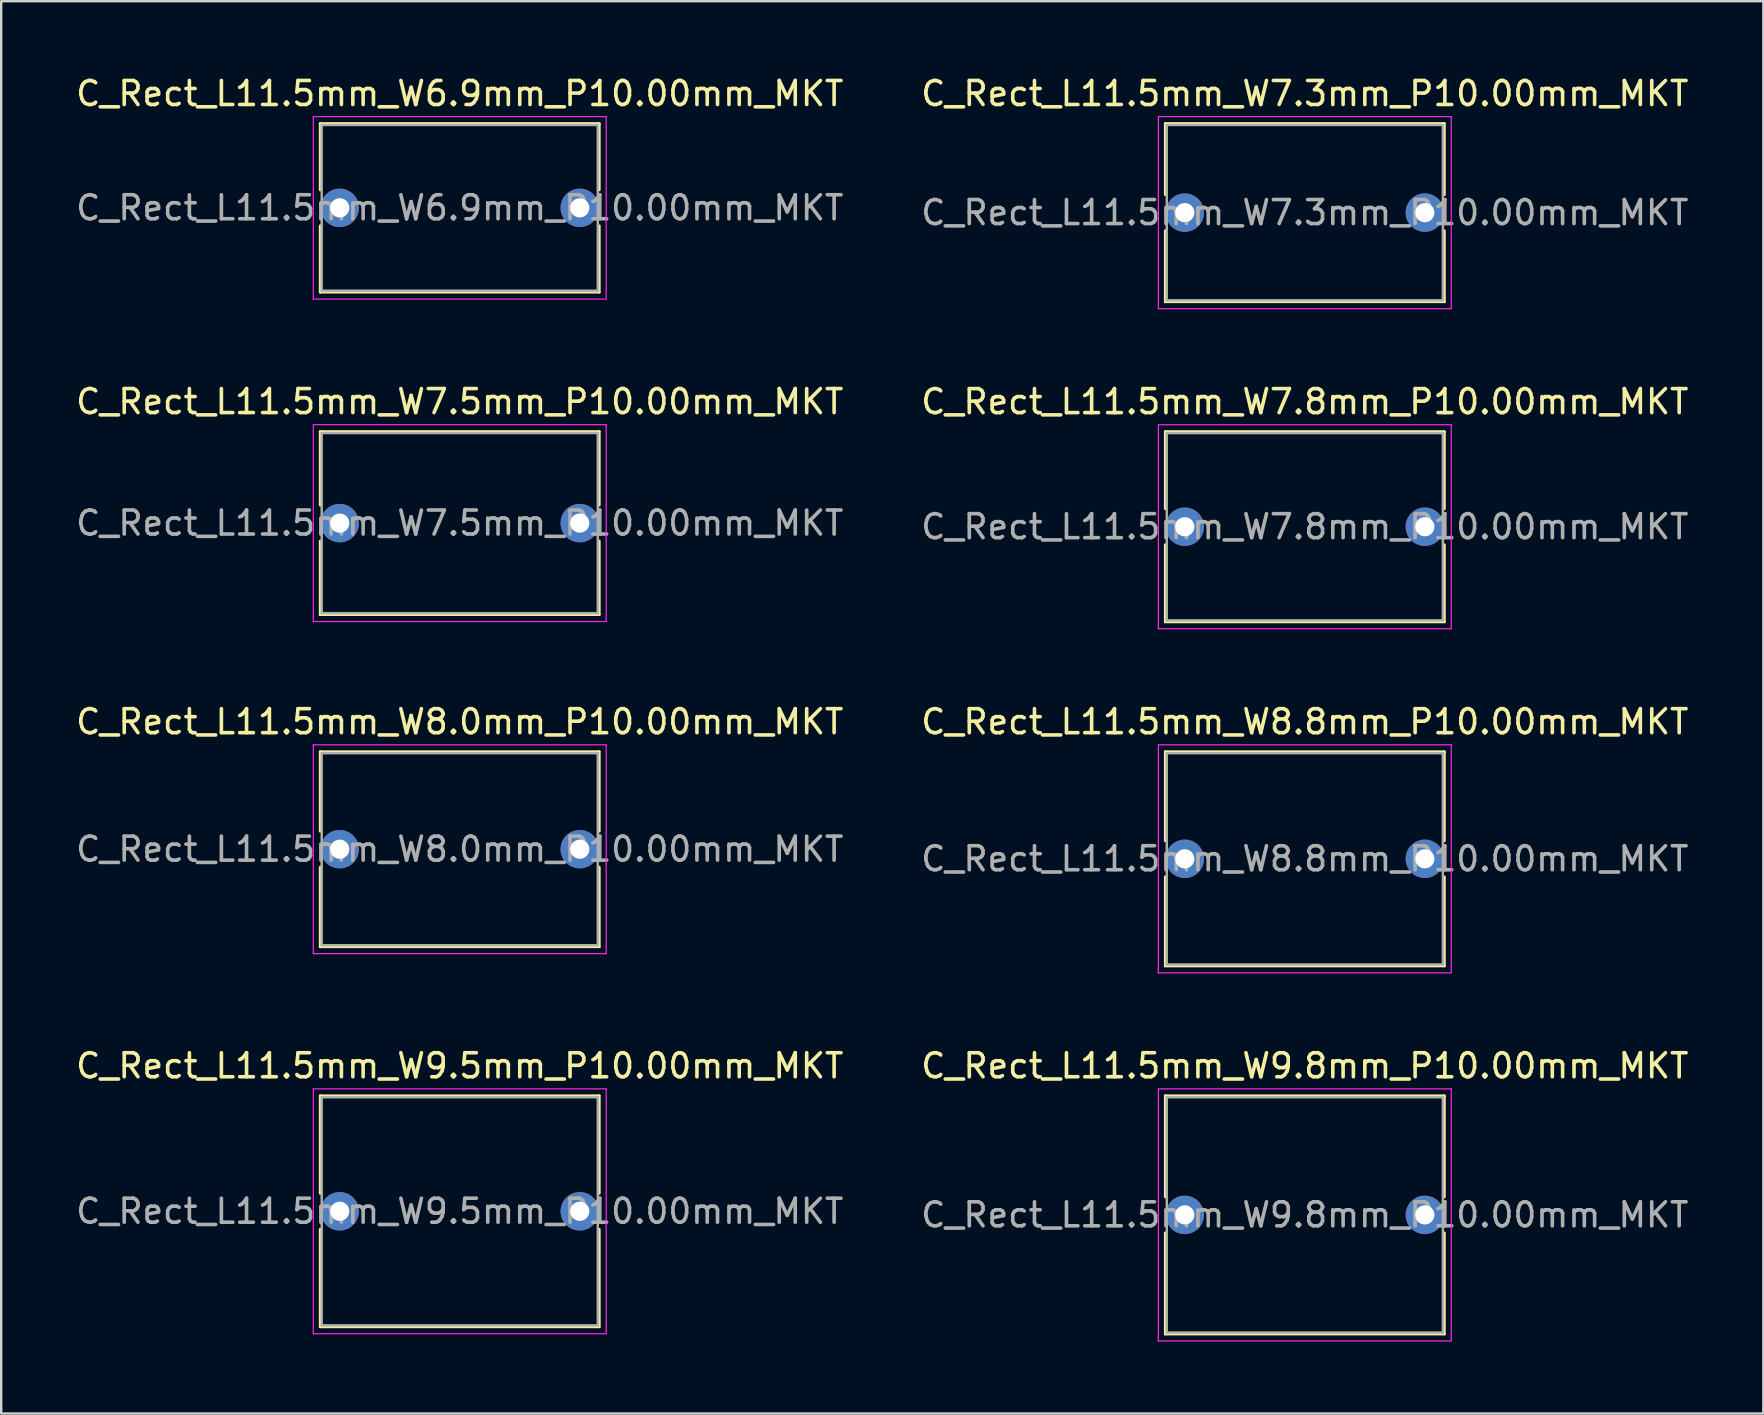
<source format=kicad_pcb>
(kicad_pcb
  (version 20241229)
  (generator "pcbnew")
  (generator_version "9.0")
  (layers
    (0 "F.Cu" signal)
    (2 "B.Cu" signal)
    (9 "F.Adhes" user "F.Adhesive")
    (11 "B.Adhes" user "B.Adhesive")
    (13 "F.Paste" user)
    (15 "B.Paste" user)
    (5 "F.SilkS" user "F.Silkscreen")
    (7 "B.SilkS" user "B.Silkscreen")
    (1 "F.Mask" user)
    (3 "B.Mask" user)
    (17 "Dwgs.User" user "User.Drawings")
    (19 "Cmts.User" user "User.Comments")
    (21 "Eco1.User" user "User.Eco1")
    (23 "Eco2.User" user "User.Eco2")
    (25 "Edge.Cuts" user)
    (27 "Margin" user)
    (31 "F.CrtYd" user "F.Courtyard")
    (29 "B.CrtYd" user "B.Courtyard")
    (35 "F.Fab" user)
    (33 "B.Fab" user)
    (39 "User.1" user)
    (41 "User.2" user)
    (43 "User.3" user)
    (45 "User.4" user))
  (footprint "C_Rect_L11.5mm_W8.8mm_P10.00mm_MKT"
    (layer "F.Cu")
    (at 46.304 32.725)
    (property "Reference" "C_Rect_L11.5mm_W8.8mm_P10.00mm_MKT" (at 5 -5.71 0) (layer "F.SilkS") (effects (font (size 1 1) (thickness 0.15))))
    (attr through_hole)
    (fp_line (start -0.81 -4.46) (end -0.81 -0.75) (stroke (width 0.12) (type solid)) (layer "F.SilkS"))
    (fp_line (start -0.81 -4.46) (end 10.81 -4.46) (stroke (width 0.12) (type solid)) (layer "F.SilkS"))
    (fp_line (start -0.81 0.75) (end -0.81 4.46) (stroke (width 0.12) (type solid)) (layer "F.SilkS"))
    (fp_line (start -0.81 4.46) (end 10.81 4.46) (stroke (width 0.12) (type solid)) (layer "F.SilkS"))
    (fp_line (start 10.81 -4.46) (end 10.81 -0.75) (stroke (width 0.12) (type solid)) (layer "F.SilkS"))
    (fp_line (start 10.81 0.75) (end 10.81 4.46) (stroke (width 0.12) (type solid)) (layer "F.SilkS"))
    (fp_line (start -1.1 -4.75) (end -1.1 4.75) (stroke (width 0.05) (type solid)) (layer "F.CrtYd"))
    (fp_line (start -1.1 4.75) (end 11.1 4.75) (stroke (width 0.05) (type solid)) (layer "F.CrtYd"))
    (fp_line (start 11.1 -4.75) (end -1.1 -4.75) (stroke (width 0.05) (type solid)) (layer "F.CrtYd"))
    (fp_line (start 11.1 4.75) (end 11.1 -4.75) (stroke (width 0.05) (type solid)) (layer "F.CrtYd"))
    (fp_line (start -0.75 -4.4) (end -0.75 4.4) (stroke (width 0.1) (type solid)) (layer "F.Fab"))
    (fp_line (start -0.75 4.4) (end 10.75 4.4) (stroke (width 0.1) (type solid)) (layer "F.Fab"))
    (fp_line (start 10.75 -4.4) (end -0.75 -4.4) (stroke (width 0.1) (type solid)) (layer "F.Fab"))
    (fp_line (start 10.75 4.4) (end 10.75 -4.4) (stroke (width 0.1) (type solid)) (layer "F.Fab"))
    (fp_text user "${REFERENCE}" (at 5 0 0) (layer "F.Fab") (effects (font (size 1 1) (thickness 0.15))))
    (pad "1" thru_hole circle (at 0 0) (size 1.6 1.6) (drill 0.8) (layers "*.Cu" "*.Mask"))
    (pad "2" thru_hole circle (at 10 0) (size 1.6 1.6) (drill 0.8) (layers "*.Cu" "*.Mask")))
  (footprint "C_Rect_L11.5mm_W8.0mm_P10.00mm_MKT"
    (layer "F.Cu")
    (at 11.101 32.325)
    (property "Reference" "C_Rect_L11.5mm_W8.0mm_P10.00mm_MKT" (at 5 -5.31 0) (layer "F.SilkS") (effects (font (size 1 1) (thickness 0.15))))
    (attr through_hole)
    (fp_line (start -0.81 -4.06) (end -0.81 -0.75) (stroke (width 0.12) (type solid)) (layer "F.SilkS"))
    (fp_line (start -0.81 -4.06) (end 10.81 -4.06) (stroke (width 0.12) (type solid)) (layer "F.SilkS"))
    (fp_line (start -0.81 0.75) (end -0.81 4.06) (stroke (width 0.12) (type solid)) (layer "F.SilkS"))
    (fp_line (start -0.81 4.06) (end 10.81 4.06) (stroke (width 0.12) (type solid)) (layer "F.SilkS"))
    (fp_line (start 10.81 -4.06) (end 10.81 -0.75) (stroke (width 0.12) (type solid)) (layer "F.SilkS"))
    (fp_line (start 10.81 0.75) (end 10.81 4.06) (stroke (width 0.12) (type solid)) (layer "F.SilkS"))
    (fp_line (start -1.1 -4.35) (end -1.1 4.35) (stroke (width 0.05) (type solid)) (layer "F.CrtYd"))
    (fp_line (start -1.1 4.35) (end 11.1 4.35) (stroke (width 0.05) (type solid)) (layer "F.CrtYd"))
    (fp_line (start 11.1 -4.35) (end -1.1 -4.35) (stroke (width 0.05) (type solid)) (layer "F.CrtYd"))
    (fp_line (start 11.1 4.35) (end 11.1 -4.35) (stroke (width 0.05) (type solid)) (layer "F.CrtYd"))
    (fp_line (start -0.75 -4) (end -0.75 4) (stroke (width 0.1) (type solid)) (layer "F.Fab"))
    (fp_line (start -0.75 4) (end 10.75 4) (stroke (width 0.1) (type solid)) (layer "F.Fab"))
    (fp_line (start 10.75 -4) (end -0.75 -4) (stroke (width 0.1) (type solid)) (layer "F.Fab"))
    (fp_line (start 10.75 4) (end 10.75 -4) (stroke (width 0.1) (type solid)) (layer "F.Fab"))
    (fp_text user "${REFERENCE}" (at 5 0 0) (layer "F.Fab") (effects (font (size 1 1) (thickness 0.15))))
    (pad "1" thru_hole circle (at 0 0) (size 1.6 1.6) (drill 0.8) (layers "*.Cu" "*.Mask"))
    (pad "2" thru_hole circle (at 10 0) (size 1.6 1.6) (drill 0.8) (layers "*.Cu" "*.Mask")))
  (footprint "C_Rect_L11.5mm_W7.5mm_P10.00mm_MKT"
    (layer "F.Cu")
    (at 11.101 18.741)
    (property "Reference" "C_Rect_L11.5mm_W7.5mm_P10.00mm_MKT" (at 5 -5.06 0) (layer "F.SilkS") (effects (font (size 1 1) (thickness 0.15))))
    (attr through_hole)
    (fp_line (start -0.81 -3.81) (end -0.81 -0.75) (stroke (width 0.12) (type solid)) (layer "F.SilkS"))
    (fp_line (start -0.81 -3.81) (end 10.81 -3.81) (stroke (width 0.12) (type solid)) (layer "F.SilkS"))
    (fp_line (start -0.81 0.75) (end -0.81 3.81) (stroke (width 0.12) (type solid)) (layer "F.SilkS"))
    (fp_line (start -0.81 3.81) (end 10.81 3.81) (stroke (width 0.12) (type solid)) (layer "F.SilkS"))
    (fp_line (start 10.81 -3.81) (end 10.81 -0.75) (stroke (width 0.12) (type solid)) (layer "F.SilkS"))
    (fp_line (start 10.81 0.75) (end 10.81 3.81) (stroke (width 0.12) (type solid)) (layer "F.SilkS"))
    (fp_line (start -1.1 -4.1) (end -1.1 4.1) (stroke (width 0.05) (type solid)) (layer "F.CrtYd"))
    (fp_line (start -1.1 4.1) (end 11.1 4.1) (stroke (width 0.05) (type solid)) (layer "F.CrtYd"))
    (fp_line (start 11.1 -4.1) (end -1.1 -4.1) (stroke (width 0.05) (type solid)) (layer "F.CrtYd"))
    (fp_line (start 11.1 4.1) (end 11.1 -4.1) (stroke (width 0.05) (type solid)) (layer "F.CrtYd"))
    (fp_line (start -0.75 -3.75) (end -0.75 3.75) (stroke (width 0.1) (type solid)) (layer "F.Fab"))
    (fp_line (start -0.75 3.75) (end 10.75 3.75) (stroke (width 0.1) (type solid)) (layer "F.Fab"))
    (fp_line (start 10.75 -3.75) (end -0.75 -3.75) (stroke (width 0.1) (type solid)) (layer "F.Fab"))
    (fp_line (start 10.75 3.75) (end 10.75 -3.75) (stroke (width 0.1) (type solid)) (layer "F.Fab"))
    (fp_text user "${REFERENCE}" (at 5 0 0) (layer "F.Fab") (effects (font (size 1 1) (thickness 0.15))))
    (pad "1" thru_hole circle (at 0 0) (size 1.6 1.6) (drill 0.8) (layers "*.Cu" "*.Mask"))
    (pad "2" thru_hole circle (at 10 0) (size 1.6 1.6) (drill 0.8) (layers "*.Cu" "*.Mask")))
  (footprint "C_Rect_L11.5mm_W9.5mm_P10.00mm_MKT"
    (layer "F.Cu")
    (at 11.101 47.408)
    (property "Reference" "C_Rect_L11.5mm_W9.5mm_P10.00mm_MKT" (at 5 -6.06 0) (layer "F.SilkS") (effects (font (size 1 1) (thickness 0.15))))
    (attr through_hole)
    (fp_line (start -0.81 -4.81) (end -0.81 -0.75) (stroke (width 0.12) (type solid)) (layer "F.SilkS"))
    (fp_line (start -0.81 -4.81) (end 10.81 -4.81) (stroke (width 0.12) (type solid)) (layer "F.SilkS"))
    (fp_line (start -0.81 0.75) (end -0.81 4.81) (stroke (width 0.12) (type solid)) (layer "F.SilkS"))
    (fp_line (start -0.81 4.81) (end 10.81 4.81) (stroke (width 0.12) (type solid)) (layer "F.SilkS"))
    (fp_line (start 10.81 -4.81) (end 10.81 -0.75) (stroke (width 0.12) (type solid)) (layer "F.SilkS"))
    (fp_line (start 10.81 0.75) (end 10.81 4.81) (stroke (width 0.12) (type solid)) (layer "F.SilkS"))
    (fp_line (start -1.1 -5.1) (end -1.1 5.1) (stroke (width 0.05) (type solid)) (layer "F.CrtYd"))
    (fp_line (start -1.1 5.1) (end 11.1 5.1) (stroke (width 0.05) (type solid)) (layer "F.CrtYd"))
    (fp_line (start 11.1 -5.1) (end -1.1 -5.1) (stroke (width 0.05) (type solid)) (layer "F.CrtYd"))
    (fp_line (start 11.1 5.1) (end 11.1 -5.1) (stroke (width 0.05) (type solid)) (layer "F.CrtYd"))
    (fp_line (start -0.75 -4.75) (end -0.75 4.75) (stroke (width 0.1) (type solid)) (layer "F.Fab"))
    (fp_line (start -0.75 4.75) (end 10.75 4.75) (stroke (width 0.1) (type solid)) (layer "F.Fab"))
    (fp_line (start 10.75 -4.75) (end -0.75 -4.75) (stroke (width 0.1) (type solid)) (layer "F.Fab"))
    (fp_line (start 10.75 4.75) (end 10.75 -4.75) (stroke (width 0.1) (type solid)) (layer "F.Fab"))
    (fp_text user "${REFERENCE}" (at 5 0 0) (layer "F.Fab") (effects (font (size 1 1) (thickness 0.15))))
    (pad "1" thru_hole circle (at 0 0) (size 1.6 1.6) (drill 0.8) (layers "*.Cu" "*.Mask"))
    (pad "2" thru_hole circle (at 10 0) (size 1.6 1.6) (drill 0.8) (layers "*.Cu" "*.Mask")))
  (footprint "C_Rect_L11.5mm_W9.8mm_P10.00mm_MKT"
    (layer "F.Cu")
    (at 46.304 47.558)
    (property "Reference" "C_Rect_L11.5mm_W9.8mm_P10.00mm_MKT" (at 5 -6.21 0) (layer "F.SilkS") (effects (font (size 1 1) (thickness 0.15))))
    (attr through_hole)
    (fp_line (start -0.81 -4.96) (end -0.81 -0.75) (stroke (width 0.12) (type solid)) (layer "F.SilkS"))
    (fp_line (start -0.81 -4.96) (end 10.81 -4.96) (stroke (width 0.12) (type solid)) (layer "F.SilkS"))
    (fp_line (start -0.81 0.75) (end -0.81 4.96) (stroke (width 0.12) (type solid)) (layer "F.SilkS"))
    (fp_line (start -0.81 4.96) (end 10.81 4.96) (stroke (width 0.12) (type solid)) (layer "F.SilkS"))
    (fp_line (start 10.81 -4.96) (end 10.81 -0.75) (stroke (width 0.12) (type solid)) (layer "F.SilkS"))
    (fp_line (start 10.81 0.75) (end 10.81 4.96) (stroke (width 0.12) (type solid)) (layer "F.SilkS"))
    (fp_line (start -1.1 -5.25) (end -1.1 5.25) (stroke (width 0.05) (type solid)) (layer "F.CrtYd"))
    (fp_line (start -1.1 5.25) (end 11.1 5.25) (stroke (width 0.05) (type solid)) (layer "F.CrtYd"))
    (fp_line (start 11.1 -5.25) (end -1.1 -5.25) (stroke (width 0.05) (type solid)) (layer "F.CrtYd"))
    (fp_line (start 11.1 5.25) (end 11.1 -5.25) (stroke (width 0.05) (type solid)) (layer "F.CrtYd"))
    (fp_line (start -0.75 -4.9) (end -0.75 4.9) (stroke (width 0.1) (type solid)) (layer "F.Fab"))
    (fp_line (start -0.75 4.9) (end 10.75 4.9) (stroke (width 0.1) (type solid)) (layer "F.Fab"))
    (fp_line (start 10.75 -4.9) (end -0.75 -4.9) (stroke (width 0.1) (type solid)) (layer "F.Fab"))
    (fp_line (start 10.75 4.9) (end 10.75 -4.9) (stroke (width 0.1) (type solid)) (layer "F.Fab"))
    (fp_text user "${REFERENCE}" (at 5 0 0) (layer "F.Fab") (effects (font (size 1 1) (thickness 0.15))))
    (pad "1" thru_hole circle (at 0 0) (size 1.6 1.6) (drill 0.8) (layers "*.Cu" "*.Mask"))
    (pad "2" thru_hole circle (at 10 0) (size 1.6 1.6) (drill 0.8) (layers "*.Cu" "*.Mask")))
  (footprint "C_Rect_L11.5mm_W6.9mm_P10.00mm_MKT"
    (layer "F.Cu")
    (at 11.101 5.608)
    (property "Reference" "C_Rect_L11.5mm_W6.9mm_P10.00mm_MKT" (at 5 -4.76 0) (layer "F.SilkS") (effects (font (size 1 1) (thickness 0.15))))
    (attr through_hole)
    (fp_line (start -0.81 -3.51) (end -0.81 -0.75) (stroke (width 0.12) (type solid)) (layer "F.SilkS"))
    (fp_line (start -0.81 -3.51) (end 10.81 -3.51) (stroke (width 0.12) (type solid)) (layer "F.SilkS"))
    (fp_line (start -0.81 0.75) (end -0.81 3.51) (stroke (width 0.12) (type solid)) (layer "F.SilkS"))
    (fp_line (start -0.81 3.51) (end 10.81 3.51) (stroke (width 0.12) (type solid)) (layer "F.SilkS"))
    (fp_line (start 10.81 -3.51) (end 10.81 -0.75) (stroke (width 0.12) (type solid)) (layer "F.SilkS"))
    (fp_line (start 10.81 0.75) (end 10.81 3.51) (stroke (width 0.12) (type solid)) (layer "F.SilkS"))
    (fp_line (start -1.1 -3.8) (end -1.1 3.8) (stroke (width 0.05) (type solid)) (layer "F.CrtYd"))
    (fp_line (start -1.1 3.8) (end 11.1 3.8) (stroke (width 0.05) (type solid)) (layer "F.CrtYd"))
    (fp_line (start 11.1 -3.8) (end -1.1 -3.8) (stroke (width 0.05) (type solid)) (layer "F.CrtYd"))
    (fp_line (start 11.1 3.8) (end 11.1 -3.8) (stroke (width 0.05) (type solid)) (layer "F.CrtYd"))
    (fp_line (start -0.75 -3.45) (end -0.75 3.45) (stroke (width 0.1) (type solid)) (layer "F.Fab"))
    (fp_line (start -0.75 3.45) (end 10.75 3.45) (stroke (width 0.1) (type solid)) (layer "F.Fab"))
    (fp_line (start 10.75 -3.45) (end -0.75 -3.45) (stroke (width 0.1) (type solid)) (layer "F.Fab"))
    (fp_line (start 10.75 3.45) (end 10.75 -3.45) (stroke (width 0.1) (type solid)) (layer "F.Fab"))
    (fp_text user "${REFERENCE}" (at 5 0 0) (layer "F.Fab") (effects (font (size 1 1) (thickness 0.15))))
    (pad "1" thru_hole circle (at 0 0) (size 1.6 1.6) (drill 0.8) (layers "*.Cu" "*.Mask"))
    (pad "2" thru_hole circle (at 10 0) (size 1.6 1.6) (drill 0.8) (layers "*.Cu" "*.Mask")))
  (footprint "C_Rect_L11.5mm_W7.8mm_P10.00mm_MKT"
    (layer "F.Cu")
    (at 46.304 18.892)
    (property "Reference" "C_Rect_L11.5mm_W7.8mm_P10.00mm_MKT" (at 5 -5.21 0) (layer "F.SilkS") (effects (font (size 1 1) (thickness 0.15))))
    (attr through_hole)
    (fp_line (start -0.81 -3.96) (end -0.81 -0.75) (stroke (width 0.12) (type solid)) (layer "F.SilkS"))
    (fp_line (start -0.81 -3.96) (end 10.81 -3.96) (stroke (width 0.12) (type solid)) (layer "F.SilkS"))
    (fp_line (start -0.81 0.75) (end -0.81 3.96) (stroke (width 0.12) (type solid)) (layer "F.SilkS"))
    (fp_line (start -0.81 3.96) (end 10.81 3.96) (stroke (width 0.12) (type solid)) (layer "F.SilkS"))
    (fp_line (start 10.81 -3.96) (end 10.81 -0.75) (stroke (width 0.12) (type solid)) (layer "F.SilkS"))
    (fp_line (start 10.81 0.75) (end 10.81 3.96) (stroke (width 0.12) (type solid)) (layer "F.SilkS"))
    (fp_line (start -1.1 -4.25) (end -1.1 4.25) (stroke (width 0.05) (type solid)) (layer "F.CrtYd"))
    (fp_line (start -1.1 4.25) (end 11.1 4.25) (stroke (width 0.05) (type solid)) (layer "F.CrtYd"))
    (fp_line (start 11.1 -4.25) (end -1.1 -4.25) (stroke (width 0.05) (type solid)) (layer "F.CrtYd"))
    (fp_line (start 11.1 4.25) (end 11.1 -4.25) (stroke (width 0.05) (type solid)) (layer "F.CrtYd"))
    (fp_line (start -0.75 -3.9) (end -0.75 3.9) (stroke (width 0.1) (type solid)) (layer "F.Fab"))
    (fp_line (start -0.75 3.9) (end 10.75 3.9) (stroke (width 0.1) (type solid)) (layer "F.Fab"))
    (fp_line (start 10.75 -3.9) (end -0.75 -3.9) (stroke (width 0.1) (type solid)) (layer "F.Fab"))
    (fp_line (start 10.75 3.9) (end 10.75 -3.9) (stroke (width 0.1) (type solid)) (layer "F.Fab"))
    (fp_text user "${REFERENCE}" (at 5 0 0) (layer "F.Fab") (effects (font (size 1 1) (thickness 0.15))))
    (pad "1" thru_hole circle (at 0 0) (size 1.6 1.6) (drill 0.8) (layers "*.Cu" "*.Mask"))
    (pad "2" thru_hole circle (at 10 0) (size 1.6 1.6) (drill 0.8) (layers "*.Cu" "*.Mask")))
  (footprint "C_Rect_L11.5mm_W7.3mm_P10.00mm_MKT"
    (layer "F.Cu")
    (at 46.304 5.808)
    (property "Reference" "C_Rect_L11.5mm_W7.3mm_P10.00mm_MKT" (at 5 -4.96 0) (layer "F.SilkS") (effects (font (size 1 1) (thickness 0.15))))
    (attr through_hole)
    (fp_line (start -0.81 -3.71) (end -0.81 -0.75) (stroke (width 0.12) (type solid)) (layer "F.SilkS"))
    (fp_line (start -0.81 -3.71) (end 10.81 -3.71) (stroke (width 0.12) (type solid)) (layer "F.SilkS"))
    (fp_line (start -0.81 0.75) (end -0.81 3.71) (stroke (width 0.12) (type solid)) (layer "F.SilkS"))
    (fp_line (start -0.81 3.71) (end 10.81 3.71) (stroke (width 0.12) (type solid)) (layer "F.SilkS"))
    (fp_line (start 10.81 -3.71) (end 10.81 -0.75) (stroke (width 0.12) (type solid)) (layer "F.SilkS"))
    (fp_line (start 10.81 0.75) (end 10.81 3.71) (stroke (width 0.12) (type solid)) (layer "F.SilkS"))
    (fp_line (start -1.1 -4) (end -1.1 4) (stroke (width 0.05) (type solid)) (layer "F.CrtYd"))
    (fp_line (start -1.1 4) (end 11.1 4) (stroke (width 0.05) (type solid)) (layer "F.CrtYd"))
    (fp_line (start 11.1 -4) (end -1.1 -4) (stroke (width 0.05) (type solid)) (layer "F.CrtYd"))
    (fp_line (start 11.1 4) (end 11.1 -4) (stroke (width 0.05) (type solid)) (layer "F.CrtYd"))
    (fp_line (start -0.75 -3.65) (end -0.75 3.65) (stroke (width 0.1) (type solid)) (layer "F.Fab"))
    (fp_line (start -0.75 3.65) (end 10.75 3.65) (stroke (width 0.1) (type solid)) (layer "F.Fab"))
    (fp_line (start 10.75 -3.65) (end -0.75 -3.65) (stroke (width 0.1) (type solid)) (layer "F.Fab"))
    (fp_line (start 10.75 3.65) (end 10.75 -3.65) (stroke (width 0.1) (type solid)) (layer "F.Fab"))
    (fp_text user "${REFERENCE}" (at 5 0 0) (layer "F.Fab") (effects (font (size 1 1) (thickness 0.15))))
    (pad "1" thru_hole circle (at 0 0) (size 1.6 1.6) (drill 0.8) (layers "*.Cu" "*.Mask"))
    (pad "2" thru_hole circle (at 10 0) (size 1.6 1.6) (drill 0.8) (layers "*.Cu" "*.Mask")))
  (gr_rect
    (start -3 -3)
    (end 70.405 55.833)
    (stroke (width 0.1) (type default))
    (fill no)
    (layer "Edge.Cuts")))
</source>
